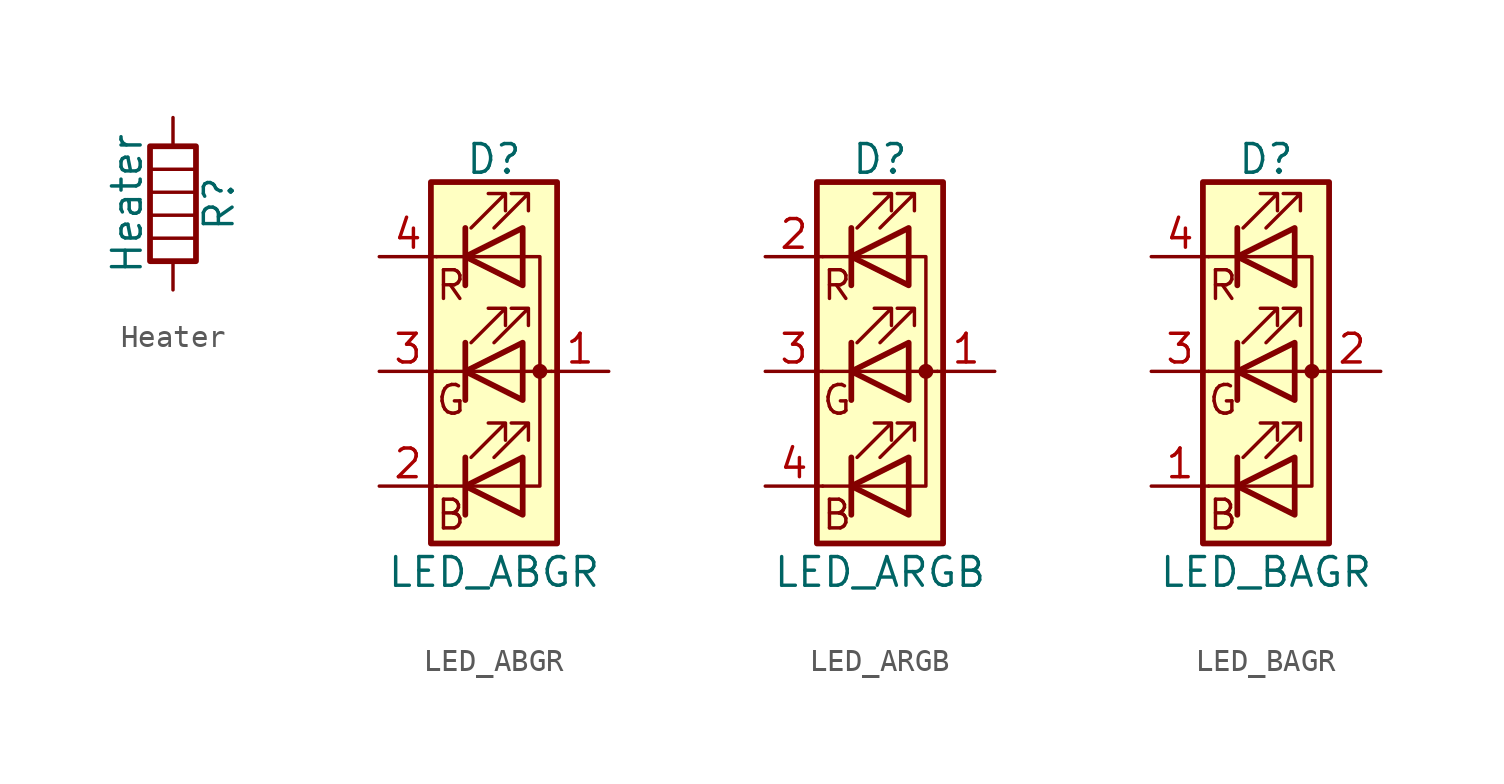
<source format=kicad_sym>
(kicad_symbol_lib
  (version 20211014)
  (generator kicad_symbol_editor)
  (symbol "Heater"
    (pin_numbers hide)
    (pin_names
      (offset 0))
    (property "Reference" "R"
      (at 2.032 0 90)
      (effects (font (size 1.27 1.27))))
    (property "Value" "Heater"
      (at -2.032 0 90)
      (effects (font (size 1.27 1.27))))
    (symbol "Heater_0_1"
      (rectangle (start -1.016 -2.54) (end 1.016 2.54) (stroke (width 0.254) (type default) (color 0 0 0 0)) (fill (type none)))
      (polyline (pts (xy -1.016 1.524) (xy 1.016 1.524)) (stroke (width 0) (type default) (color 0 0 0 0)) (fill (type none)))
      (polyline (pts (xy 1.016 -1.524) (xy -1.016 -1.524)) (stroke (width 0) (type default) (color 0 0 0 0)) (fill (type none)))
      (polyline (pts (xy 1.016 -0.508) (xy -1.016 -0.508)) (stroke (width 0) (type default) (color 0 0 0 0)) (fill (type none)))
      (polyline (pts (xy 1.016 0.508) (xy -1.016 0.508)) (stroke (width 0) (type default) (color 0 0 0 0)) (fill (type none))))
    (symbol "Heater_1_1"
      (pin passive line (at 0 3.81 270) (length 1.27) (name "~" (effects (font (size 1.27 1.27)))) (number "1" (effects (font (size 1.27 1.27)))))
      (pin passive line (at 0 -3.81 90) (length 1.27) (name "~" (effects (font (size 1.27 1.27)))) (number "2" (effects (font (size 1.27 1.27)))))))
  (symbol "LED_ABGR"
    (pin_names
      (offset 0) hide)
    (property "Reference" "D"
      (at 0 9.398 0)
      (effects (font (size 1.27 1.27))))
    (property "Value" "LED_ABGR"
      (at 0 -8.89 0)
      (effects (font (size 1.27 1.27))))
    (symbol "LED_ABGR_0_0"
      (text "B" (at -1.905 -6.35 0) (effects (font (size 1.27 1.27))))
      (text "G" (at -1.905 -1.27 0) (effects (font (size 1.27 1.27))))
      (text "R" (at -1.905 3.81 0) (effects (font (size 1.27 1.27)))))
    (symbol "LED_ABGR_0_1"
      (polyline (pts (xy -1.27 -5.08) (xy -2.54 -5.08)) (stroke (width 0) (type default) (color 0 0 0 0)) (fill (type none)))
      (polyline (pts (xy -1.27 -5.08) (xy 1.27 -5.08)) (stroke (width 0) (type default) (color 0 0 0 0)) (fill (type none)))
      (polyline (pts (xy -1.27 -3.81) (xy -1.27 -6.35)) (stroke (width 0.254) (type default) (color 0 0 0 0)) (fill (type none)))
      (polyline (pts (xy -1.27 0) (xy -2.54 0)) (stroke (width 0) (type default) (color 0 0 0 0)) (fill (type none)))
      (polyline (pts (xy -1.27 1.27) (xy -1.27 -1.27)) (stroke (width 0.254) (type default) (color 0 0 0 0)) (fill (type none)))
      (polyline (pts (xy -1.27 5.08) (xy -2.54 5.08)) (stroke (width 0) (type default) (color 0 0 0 0)) (fill (type none)))
      (polyline (pts (xy -1.27 5.08) (xy 1.27 5.08)) (stroke (width 0) (type default) (color 0 0 0 0)) (fill (type none)))
      (polyline (pts (xy -1.27 6.35) (xy -1.27 3.81)) (stroke (width 0.254) (type default) (color 0 0 0 0)) (fill (type none)))
      (polyline (pts (xy 1.27 0) (xy -1.27 0)) (stroke (width 0) (type default) (color 0 0 0 0)) (fill (type none)))
      (polyline (pts (xy 1.27 0) (xy 2.54 0)) (stroke (width 0) (type default) (color 0 0 0 0)) (fill (type none)))
      (polyline (pts (xy -1.27 1.27) (xy -1.27 -1.27) (xy -1.27 -1.27)) (stroke (width 0) (type default) (color 0 0 0 0)) (fill (type none)))
      (polyline (pts (xy -1.27 6.35) (xy -1.27 3.81) (xy -1.27 3.81)) (stroke (width 0) (type default) (color 0 0 0 0)) (fill (type none)))
      (polyline (pts (xy 1.27 -5.08) (xy 2.032 -5.08) (xy 2.032 5.08) (xy 1.27 5.08)) (stroke (width 0) (type default) (color 0 0 0 0)) (fill (type none)))
      (polyline (pts (xy 1.27 -3.81) (xy 1.27 -6.35) (xy -1.27 -5.08) (xy 1.27 -3.81)) (stroke (width 0.254) (type default) (color 0 0 0 0)) (fill (type none)))
      (polyline (pts (xy 1.27 1.27) (xy 1.27 -1.27) (xy -1.27 0) (xy 1.27 1.27)) (stroke (width 0.254) (type default) (color 0 0 0 0)) (fill (type none)))
      (polyline (pts (xy 1.27 6.35) (xy 1.27 3.81) (xy -1.27 5.08) (xy 1.27 6.35)) (stroke (width 0.254) (type default) (color 0 0 0 0)) (fill (type none)))
      (polyline (pts (xy -1.016 -3.81) (xy 0.508 -2.286) (xy -0.254 -2.286) (xy 0.508 -2.286) (xy 0.508 -3.048)) (stroke (width 0) (type default) (color 0 0 0 0)) (fill (type none)))
      (polyline (pts (xy -1.016 1.27) (xy 0.508 2.794) (xy -0.254 2.794) (xy 0.508 2.794) (xy 0.508 2.032)) (stroke (width 0) (type default) (color 0 0 0 0)) (fill (type none)))
      (polyline (pts (xy -1.016 6.35) (xy 0.508 7.874) (xy -0.254 7.874) (xy 0.508 7.874) (xy 0.508 7.112)) (stroke (width 0) (type default) (color 0 0 0 0)) (fill (type none)))
      (polyline (pts (xy 0 -3.81) (xy 1.524 -2.286) (xy 0.762 -2.286) (xy 1.524 -2.286) (xy 1.524 -3.048)) (stroke (width 0) (type default) (color 0 0 0 0)) (fill (type none)))
      (polyline (pts (xy 0 1.27) (xy 1.524 2.794) (xy 0.762 2.794) (xy 1.524 2.794) (xy 1.524 2.032)) (stroke (width 0) (type default) (color 0 0 0 0)) (fill (type none)))
      (polyline (pts (xy 0 6.35) (xy 1.524 7.874) (xy 0.762 7.874) (xy 1.524 7.874) (xy 1.524 7.112)) (stroke (width 0) (type default) (color 0 0 0 0)) (fill (type none)))
      (rectangle (start 1.27 -1.27) (end 1.27 1.27) (stroke (width 0) (type default) (color 0 0 0 0)) (fill (type none)))
      (rectangle (start 1.27 1.27) (end 1.27 1.27) (stroke (width 0) (type default) (color 0 0 0 0)) (fill (type none)))
      (rectangle (start 1.27 3.81) (end 1.27 6.35) (stroke (width 0) (type default) (color 0 0 0 0)) (fill (type none)))
      (rectangle (start 1.27 6.35) (end 1.27 6.35) (stroke (width 0) (type default) (color 0 0 0 0)) (fill (type none)))
      (circle (center 2.032 0) (radius 0.254) (stroke (width 0) (type default) (color 0 0 0 0)) (fill (type outline)))
      (rectangle (start 2.794 8.382) (end -2.794 -7.62) (stroke (width 0.254) (type default) (color 0 0 0 0)) (fill (type background))))
    (symbol "LED_ABGR_1_1"
      (pin passive line (at 5.08 0 180) (length 2.54) (name "A" (effects (font (size 1.27 1.27)))) (number "1" (effects (font (size 1.27 1.27)))))
      (pin passive line (at -5.08 -5.08 0) (length 2.54) (name "BK" (effects (font (size 1.27 1.27)))) (number "2" (effects (font (size 1.27 1.27)))))
      (pin passive line (at -5.08 0 0) (length 2.54) (name "GK" (effects (font (size 1.27 1.27)))) (number "3" (effects (font (size 1.27 1.27)))))
      (pin passive line (at -5.08 5.08 0) (length 2.54) (name "RK" (effects (font (size 1.27 1.27)))) (number "4" (effects (font (size 1.27 1.27)))))))
  (symbol "LED_ARGB"
    (pin_names
      (offset 0) hide)
    (property "Reference" "D"
      (at 0 9.398 0)
      (effects (font (size 1.27 1.27))))
    (property "Value" "LED_ARGB"
      (at 0 -8.89 0)
      (effects (font (size 1.27 1.27))))
    (symbol "LED_ARGB_0_0"
      (text "B" (at -1.905 -6.35 0) (effects (font (size 1.27 1.27))))
      (text "G" (at -1.905 -1.27 0) (effects (font (size 1.27 1.27))))
      (text "R" (at -1.905 3.81 0) (effects (font (size 1.27 1.27)))))
    (symbol "LED_ARGB_0_1"
      (polyline (pts (xy -1.27 -5.08) (xy -2.54 -5.08)) (stroke (width 0) (type default) (color 0 0 0 0)) (fill (type none)))
      (polyline (pts (xy -1.27 -5.08) (xy 1.27 -5.08)) (stroke (width 0) (type default) (color 0 0 0 0)) (fill (type none)))
      (polyline (pts (xy -1.27 -3.81) (xy -1.27 -6.35)) (stroke (width 0.254) (type default) (color 0 0 0 0)) (fill (type none)))
      (polyline (pts (xy -1.27 0) (xy -2.54 0)) (stroke (width 0) (type default) (color 0 0 0 0)) (fill (type none)))
      (polyline (pts (xy -1.27 1.27) (xy -1.27 -1.27)) (stroke (width 0.254) (type default) (color 0 0 0 0)) (fill (type none)))
      (polyline (pts (xy -1.27 5.08) (xy -2.54 5.08)) (stroke (width 0) (type default) (color 0 0 0 0)) (fill (type none)))
      (polyline (pts (xy -1.27 5.08) (xy 1.27 5.08)) (stroke (width 0) (type default) (color 0 0 0 0)) (fill (type none)))
      (polyline (pts (xy -1.27 6.35) (xy -1.27 3.81)) (stroke (width 0.254) (type default) (color 0 0 0 0)) (fill (type none)))
      (polyline (pts (xy 1.27 0) (xy -1.27 0)) (stroke (width 0) (type default) (color 0 0 0 0)) (fill (type none)))
      (polyline (pts (xy 1.27 0) (xy 2.54 0)) (stroke (width 0) (type default) (color 0 0 0 0)) (fill (type none)))
      (polyline (pts (xy -1.27 1.27) (xy -1.27 -1.27) (xy -1.27 -1.27)) (stroke (width 0) (type default) (color 0 0 0 0)) (fill (type none)))
      (polyline (pts (xy -1.27 6.35) (xy -1.27 3.81) (xy -1.27 3.81)) (stroke (width 0) (type default) (color 0 0 0 0)) (fill (type none)))
      (polyline (pts (xy 1.27 -5.08) (xy 2.032 -5.08) (xy 2.032 5.08) (xy 1.27 5.08)) (stroke (width 0) (type default) (color 0 0 0 0)) (fill (type none)))
      (polyline (pts (xy 1.27 -3.81) (xy 1.27 -6.35) (xy -1.27 -5.08) (xy 1.27 -3.81)) (stroke (width 0.254) (type default) (color 0 0 0 0)) (fill (type none)))
      (polyline (pts (xy 1.27 1.27) (xy 1.27 -1.27) (xy -1.27 0) (xy 1.27 1.27)) (stroke (width 0.254) (type default) (color 0 0 0 0)) (fill (type none)))
      (polyline (pts (xy 1.27 6.35) (xy 1.27 3.81) (xy -1.27 5.08) (xy 1.27 6.35)) (stroke (width 0.254) (type default) (color 0 0 0 0)) (fill (type none)))
      (polyline (pts (xy -1.016 -3.81) (xy 0.508 -2.286) (xy -0.254 -2.286) (xy 0.508 -2.286) (xy 0.508 -3.048)) (stroke (width 0) (type default) (color 0 0 0 0)) (fill (type none)))
      (polyline (pts (xy -1.016 1.27) (xy 0.508 2.794) (xy -0.254 2.794) (xy 0.508 2.794) (xy 0.508 2.032)) (stroke (width 0) (type default) (color 0 0 0 0)) (fill (type none)))
      (polyline (pts (xy -1.016 6.35) (xy 0.508 7.874) (xy -0.254 7.874) (xy 0.508 7.874) (xy 0.508 7.112)) (stroke (width 0) (type default) (color 0 0 0 0)) (fill (type none)))
      (polyline (pts (xy 0 -3.81) (xy 1.524 -2.286) (xy 0.762 -2.286) (xy 1.524 -2.286) (xy 1.524 -3.048)) (stroke (width 0) (type default) (color 0 0 0 0)) (fill (type none)))
      (polyline (pts (xy 0 1.27) (xy 1.524 2.794) (xy 0.762 2.794) (xy 1.524 2.794) (xy 1.524 2.032)) (stroke (width 0) (type default) (color 0 0 0 0)) (fill (type none)))
      (polyline (pts (xy 0 6.35) (xy 1.524 7.874) (xy 0.762 7.874) (xy 1.524 7.874) (xy 1.524 7.112)) (stroke (width 0) (type default) (color 0 0 0 0)) (fill (type none)))
      (rectangle (start 1.27 -1.27) (end 1.27 1.27) (stroke (width 0) (type default) (color 0 0 0 0)) (fill (type none)))
      (rectangle (start 1.27 1.27) (end 1.27 1.27) (stroke (width 0) (type default) (color 0 0 0 0)) (fill (type none)))
      (rectangle (start 1.27 3.81) (end 1.27 6.35) (stroke (width 0) (type default) (color 0 0 0 0)) (fill (type none)))
      (rectangle (start 1.27 6.35) (end 1.27 6.35) (stroke (width 0) (type default) (color 0 0 0 0)) (fill (type none)))
      (circle (center 2.032 0) (radius 0.254) (stroke (width 0) (type default) (color 0 0 0 0)) (fill (type outline)))
      (rectangle (start 2.794 8.382) (end -2.794 -7.62) (stroke (width 0.254) (type default) (color 0 0 0 0)) (fill (type background))))
    (symbol "LED_ARGB_1_1"
      (pin passive line (at 5.08 0 180) (length 2.54) (name "A" (effects (font (size 1.27 1.27)))) (number "1" (effects (font (size 1.27 1.27)))))
      (pin passive line (at -5.08 5.08 0) (length 2.54) (name "RK" (effects (font (size 1.27 1.27)))) (number "2" (effects (font (size 1.27 1.27)))))
      (pin passive line (at -5.08 0 0) (length 2.54) (name "GK" (effects (font (size 1.27 1.27)))) (number "3" (effects (font (size 1.27 1.27)))))
      (pin passive line (at -5.08 -5.08 0) (length 2.54) (name "BK" (effects (font (size 1.27 1.27)))) (number "4" (effects (font (size 1.27 1.27)))))))
  (symbol "LED_BAGR"
    (pin_names
      (offset 0) hide)
    (property "Reference" "D"
      (at 0 9.398 0)
      (effects (font (size 1.27 1.27))))
    (property "Value" "LED_BAGR"
      (at 0 -8.89 0)
      (effects (font (size 1.27 1.27))))
    (symbol "LED_BAGR_0_0"
      (text "B" (at -1.905 -6.35 0) (effects (font (size 1.27 1.27))))
      (text "G" (at -1.905 -1.27 0) (effects (font (size 1.27 1.27))))
      (text "R" (at -1.905 3.81 0) (effects (font (size 1.27 1.27)))))
    (symbol "LED_BAGR_0_1"
      (polyline (pts (xy -1.27 -5.08) (xy -2.54 -5.08)) (stroke (width 0) (type default) (color 0 0 0 0)) (fill (type none)))
      (polyline (pts (xy -1.27 -5.08) (xy 1.27 -5.08)) (stroke (width 0) (type default) (color 0 0 0 0)) (fill (type none)))
      (polyline (pts (xy -1.27 -3.81) (xy -1.27 -6.35)) (stroke (width 0.254) (type default) (color 0 0 0 0)) (fill (type none)))
      (polyline (pts (xy -1.27 0) (xy -2.54 0)) (stroke (width 0) (type default) (color 0 0 0 0)) (fill (type none)))
      (polyline (pts (xy -1.27 1.27) (xy -1.27 -1.27)) (stroke (width 0.254) (type default) (color 0 0 0 0)) (fill (type none)))
      (polyline (pts (xy -1.27 5.08) (xy -2.54 5.08)) (stroke (width 0) (type default) (color 0 0 0 0)) (fill (type none)))
      (polyline (pts (xy -1.27 5.08) (xy 1.27 5.08)) (stroke (width 0) (type default) (color 0 0 0 0)) (fill (type none)))
      (polyline (pts (xy -1.27 6.35) (xy -1.27 3.81)) (stroke (width 0.254) (type default) (color 0 0 0 0)) (fill (type none)))
      (polyline (pts (xy 1.27 0) (xy -1.27 0)) (stroke (width 0) (type default) (color 0 0 0 0)) (fill (type none)))
      (polyline (pts (xy 1.27 0) (xy 2.54 0)) (stroke (width 0) (type default) (color 0 0 0 0)) (fill (type none)))
      (polyline (pts (xy -1.27 1.27) (xy -1.27 -1.27) (xy -1.27 -1.27)) (stroke (width 0) (type default) (color 0 0 0 0)) (fill (type none)))
      (polyline (pts (xy -1.27 6.35) (xy -1.27 3.81) (xy -1.27 3.81)) (stroke (width 0) (type default) (color 0 0 0 0)) (fill (type none)))
      (polyline (pts (xy 1.27 -5.08) (xy 2.032 -5.08) (xy 2.032 5.08) (xy 1.27 5.08)) (stroke (width 0) (type default) (color 0 0 0 0)) (fill (type none)))
      (polyline (pts (xy 1.27 -3.81) (xy 1.27 -6.35) (xy -1.27 -5.08) (xy 1.27 -3.81)) (stroke (width 0.254) (type default) (color 0 0 0 0)) (fill (type none)))
      (polyline (pts (xy 1.27 1.27) (xy 1.27 -1.27) (xy -1.27 0) (xy 1.27 1.27)) (stroke (width 0.254) (type default) (color 0 0 0 0)) (fill (type none)))
      (polyline (pts (xy 1.27 6.35) (xy 1.27 3.81) (xy -1.27 5.08) (xy 1.27 6.35)) (stroke (width 0.254) (type default) (color 0 0 0 0)) (fill (type none)))
      (polyline (pts (xy -1.016 -3.81) (xy 0.508 -2.286) (xy -0.254 -2.286) (xy 0.508 -2.286) (xy 0.508 -3.048)) (stroke (width 0) (type default) (color 0 0 0 0)) (fill (type none)))
      (polyline (pts (xy -1.016 1.27) (xy 0.508 2.794) (xy -0.254 2.794) (xy 0.508 2.794) (xy 0.508 2.032)) (stroke (width 0) (type default) (color 0 0 0 0)) (fill (type none)))
      (polyline (pts (xy -1.016 6.35) (xy 0.508 7.874) (xy -0.254 7.874) (xy 0.508 7.874) (xy 0.508 7.112)) (stroke (width 0) (type default) (color 0 0 0 0)) (fill (type none)))
      (polyline (pts (xy 0 -3.81) (xy 1.524 -2.286) (xy 0.762 -2.286) (xy 1.524 -2.286) (xy 1.524 -3.048)) (stroke (width 0) (type default) (color 0 0 0 0)) (fill (type none)))
      (polyline (pts (xy 0 1.27) (xy 1.524 2.794) (xy 0.762 2.794) (xy 1.524 2.794) (xy 1.524 2.032)) (stroke (width 0) (type default) (color 0 0 0 0)) (fill (type none)))
      (polyline (pts (xy 0 6.35) (xy 1.524 7.874) (xy 0.762 7.874) (xy 1.524 7.874) (xy 1.524 7.112)) (stroke (width 0) (type default) (color 0 0 0 0)) (fill (type none)))
      (rectangle (start 1.27 -1.27) (end 1.27 1.27) (stroke (width 0) (type default) (color 0 0 0 0)) (fill (type none)))
      (rectangle (start 1.27 1.27) (end 1.27 1.27) (stroke (width 0) (type default) (color 0 0 0 0)) (fill (type none)))
      (rectangle (start 1.27 3.81) (end 1.27 6.35) (stroke (width 0) (type default) (color 0 0 0 0)) (fill (type none)))
      (rectangle (start 1.27 6.35) (end 1.27 6.35) (stroke (width 0) (type default) (color 0 0 0 0)) (fill (type none)))
      (circle (center 2.032 0) (radius 0.254) (stroke (width 0) (type default) (color 0 0 0 0)) (fill (type outline)))
      (rectangle (start 2.794 8.382) (end -2.794 -7.62) (stroke (width 0.254) (type default) (color 0 0 0 0)) (fill (type background))))
    (symbol "LED_BAGR_1_1"
      (pin passive line (at -5.08 -5.08 0) (length 2.54) (name "BK" (effects (font (size 1.27 1.27)))) (number "1" (effects (font (size 1.27 1.27)))))
      (pin passive line (at 5.08 0 180) (length 2.54) (name "A" (effects (font (size 1.27 1.27)))) (number "2" (effects (font (size 1.27 1.27)))))
      (pin passive line (at -5.08 0 0) (length 2.54) (name "GK" (effects (font (size 1.27 1.27)))) (number "3" (effects (font (size 1.27 1.27)))))
      (pin passive line (at -5.08 5.08 0) (length 2.54) (name "RK" (effects (font (size 1.27 1.27)))) (number "4" (effects (font (size 1.27 1.27))))))))
</source>
